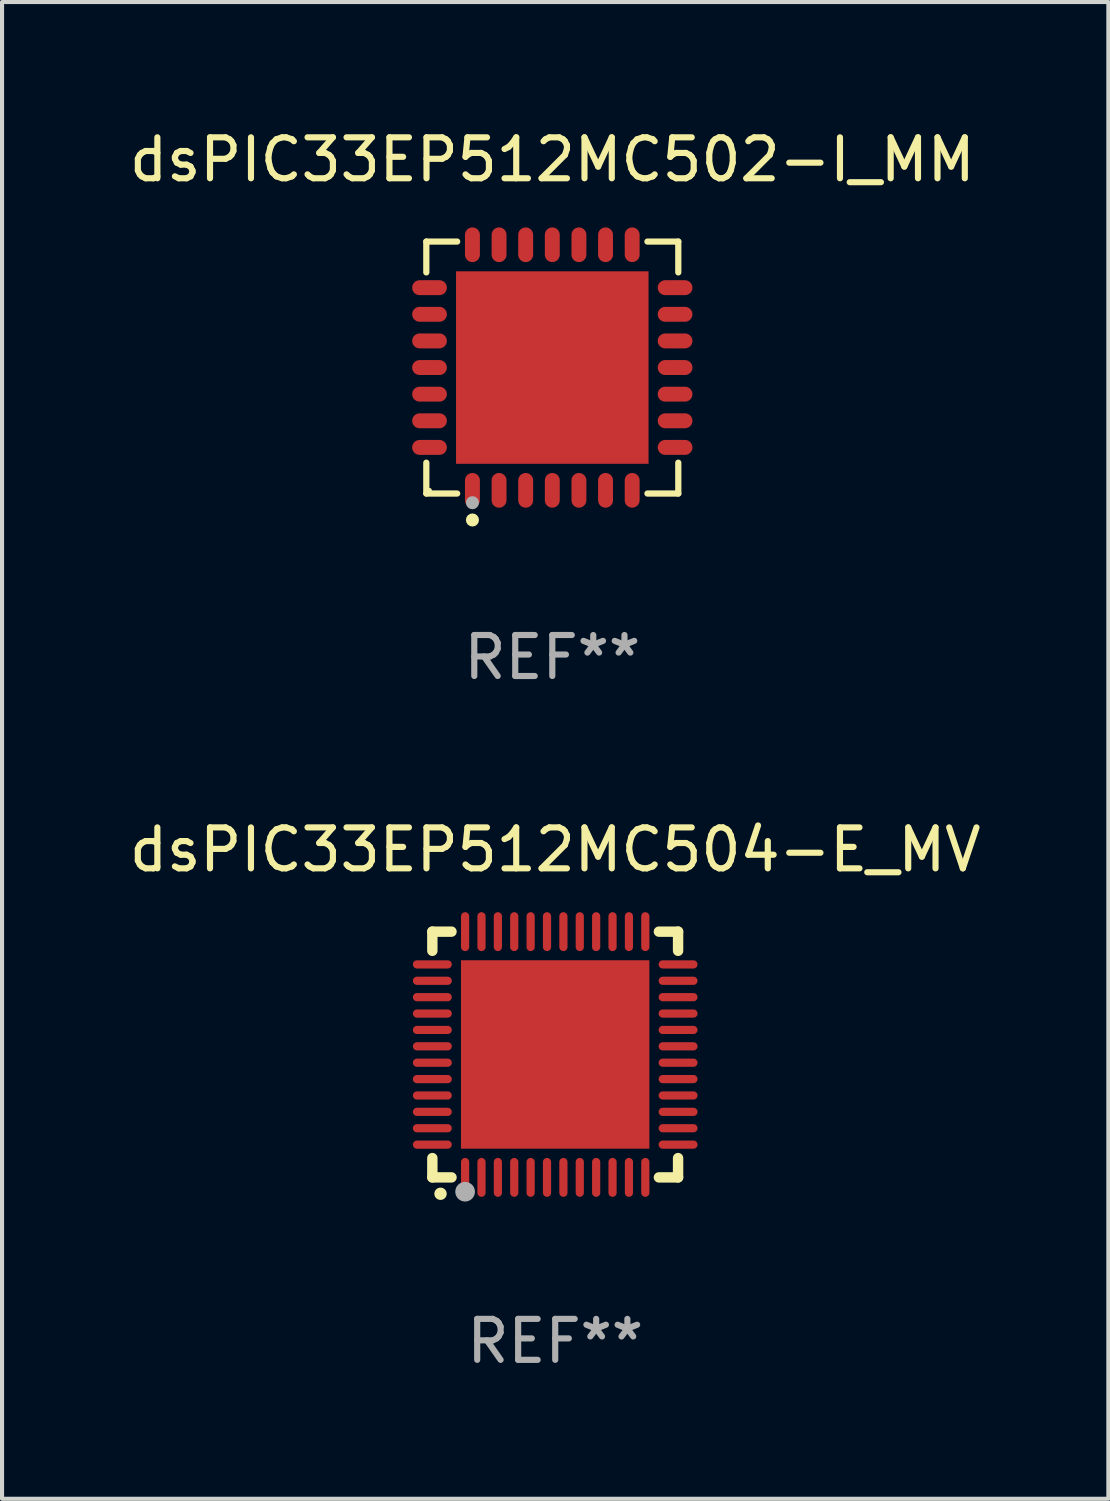
<source format=kicad_pcb>
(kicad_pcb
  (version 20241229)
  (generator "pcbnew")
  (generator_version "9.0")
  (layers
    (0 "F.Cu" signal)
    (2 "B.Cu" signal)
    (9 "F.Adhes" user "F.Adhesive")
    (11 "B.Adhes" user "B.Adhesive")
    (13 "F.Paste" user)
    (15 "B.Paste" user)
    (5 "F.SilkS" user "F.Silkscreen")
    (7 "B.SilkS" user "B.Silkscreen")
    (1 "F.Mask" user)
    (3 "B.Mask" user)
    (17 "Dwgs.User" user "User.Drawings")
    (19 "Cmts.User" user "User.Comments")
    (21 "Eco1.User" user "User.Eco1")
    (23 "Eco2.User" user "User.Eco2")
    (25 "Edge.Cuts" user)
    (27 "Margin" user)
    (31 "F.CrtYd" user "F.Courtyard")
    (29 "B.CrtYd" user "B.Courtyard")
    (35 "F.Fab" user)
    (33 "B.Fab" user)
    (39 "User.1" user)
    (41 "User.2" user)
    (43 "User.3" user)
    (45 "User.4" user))
  (footprint "dsPIC33EP512MC502-I_MM"
    (layer "F.Cu")
    (at 10.435 5.924)
    (property "Reference" "dsPIC33EP512MC502-I_MM" (at 0 -5.076 0) (layer "F.SilkS") (effects (font (size 1 1) (thickness 0.15))))
    (attr through_hole)
    (fp_line (start -3.076 -3.076) (end -2.323 -3.076) (stroke (width 0.152) (type solid)) (layer "F.SilkS"))
    (fp_line (start -3.076 -2.323) (end -3.076 -3.076) (stroke (width 0.152) (type solid)) (layer "F.SilkS"))
    (fp_line (start -3.076 2.323) (end -3.076 3.076) (stroke (width 0.152) (type solid)) (layer "F.SilkS"))
    (fp_line (start -3.076 3.076) (end -2.323 3.076) (stroke (width 0.152) (type solid)) (layer "F.SilkS"))
    (fp_line (start 3.076 -3.076) (end 2.323 -3.076) (stroke (width 0.152) (type solid)) (layer "F.SilkS"))
    (fp_line (start 3.076 -2.323) (end 3.076 -3.076) (stroke (width 0.152) (type solid)) (layer "F.SilkS"))
    (fp_line (start 3.076 2.323) (end 3.076 3.076) (stroke (width 0.152) (type solid)) (layer "F.SilkS"))
    (fp_line (start 3.076 3.076) (end 2.323 3.076) (stroke (width 0.152) (type solid)) (layer "F.SilkS"))
    (fp_circle (center -3 3) (end -2.97 3) (stroke (width 0.06) (type solid)) (fill no) (layer "F.SilkS"))
    (fp_circle (center -1.95 3.722) (end -1.87 3.722) (stroke (width 0.16) (type solid)) (fill no) (layer "F.SilkS"))
    (fp_circle (center -1.95 3.3) (end -1.87 3.3) (stroke (width 0.16) (type solid)) (fill no) (layer "F.Fab"))
    (fp_text user "REF**" (at 0 7.076 0) (layer "F.Fab") (effects (font (size 1 1) (thickness 0.15))))
    (pad "1" smd oval (at -1.95 2.998) (size 0.364 0.847) (layers "F.Cu" "F.Mask" "F.Paste"))
    (pad "2" smd oval (at -1.3 2.998) (size 0.364 0.847) (layers "F.Cu" "F.Mask" "F.Paste"))
    (pad "3" smd oval (at -0.65 2.998) (size 0.364 0.847) (layers "F.Cu" "F.Mask" "F.Paste"))
    (pad "4" smd oval (at 0 2.998) (size 0.364 0.847) (layers "F.Cu" "F.Mask" "F.Paste"))
    (pad "5" smd oval (at 0.65 2.998) (size 0.364 0.847) (layers "F.Cu" "F.Mask" "F.Paste"))
    (pad "6" smd oval (at 1.3 2.998) (size 0.364 0.847) (layers "F.Cu" "F.Mask" "F.Paste"))
    (pad "7" smd oval (at 1.95 2.998) (size 0.364 0.847) (layers "F.Cu" "F.Mask" "F.Paste"))
    (pad "8" smd oval (at 2.998 1.95) (size 0.847 0.364) (layers "F.Cu" "F.Mask" "F.Paste"))
    (pad "9" smd oval (at 2.998 1.3) (size 0.847 0.364) (layers "F.Cu" "F.Mask" "F.Paste"))
    (pad "10" smd oval (at 2.998 0.65) (size 0.847 0.364) (layers "F.Cu" "F.Mask" "F.Paste"))
    (pad "11" smd oval (at 2.998 0) (size 0.847 0.364) (layers "F.Cu" "F.Mask" "F.Paste"))
    (pad "12" smd oval (at 2.998 -0.65) (size 0.847 0.364) (layers "F.Cu" "F.Mask" "F.Paste"))
    (pad "13" smd oval (at 2.998 -1.3) (size 0.847 0.364) (layers "F.Cu" "F.Mask" "F.Paste"))
    (pad "14" smd oval (at 2.998 -1.95) (size 0.847 0.364) (layers "F.Cu" "F.Mask" "F.Paste"))
    (pad "15" smd oval (at 1.95 -2.998) (size 0.364 0.847) (layers "F.Cu" "F.Mask" "F.Paste"))
    (pad "16" smd oval (at 1.3 -2.998) (size 0.364 0.847) (layers "F.Cu" "F.Mask" "F.Paste"))
    (pad "17" smd oval (at 0.65 -2.998) (size 0.364 0.847) (layers "F.Cu" "F.Mask" "F.Paste"))
    (pad "18" smd oval (at 0 -2.998) (size 0.364 0.847) (layers "F.Cu" "F.Mask" "F.Paste"))
    (pad "19" smd oval (at -0.65 -2.998) (size 0.364 0.847) (layers "F.Cu" "F.Mask" "F.Paste"))
    (pad "20" smd oval (at -1.3 -2.998) (size 0.364 0.847) (layers "F.Cu" "F.Mask" "F.Paste"))
    (pad "21" smd oval (at -1.95 -2.998) (size 0.364 0.847) (layers "F.Cu" "F.Mask" "F.Paste"))
    (pad "22" smd oval (at -2.998 -1.95) (size 0.847 0.364) (layers "F.Cu" "F.Mask" "F.Paste"))
    (pad "23" smd oval (at -2.998 -1.3) (size 0.847 0.364) (layers "F.Cu" "F.Mask" "F.Paste"))
    (pad "24" smd oval (at -2.998 -0.65) (size 0.847 0.364) (layers "F.Cu" "F.Mask" "F.Paste"))
    (pad "25" smd oval (at -2.998 0) (size 0.847 0.364) (layers "F.Cu" "F.Mask" "F.Paste"))
    (pad "26" smd oval (at -2.998 0.65) (size 0.847 0.364) (layers "F.Cu" "F.Mask" "F.Paste"))
    (pad "27" smd oval (at -2.998 1.3) (size 0.847 0.364) (layers "F.Cu" "F.Mask" "F.Paste"))
    (pad "28" smd oval (at -2.998 1.95) (size 0.847 0.364) (layers "F.Cu" "F.Mask" "F.Paste"))
    (pad "29" smd rect (at 0 0) (size 4.7 4.7) (layers "F.Cu" "F.Mask" "F.Paste")))
  (footprint "dsPIC33EP512MC504-E_MV"
    (layer "F.Cu")
    (at 10.506 22.697)
    (property "Reference" "dsPIC33EP512MC504-E_MV" (at 0 -5 0) (layer "F.SilkS") (effects (font (size 1 1) (thickness 0.15))))
    (attr through_hole)
    (fp_line (start -3 -3) (end -2.532 -3) (stroke (width 0.254) (type solid)) (layer "F.SilkS"))
    (fp_line (start -3 -2.532) (end -3 -3) (stroke (width 0.254) (type solid)) (layer "F.SilkS"))
    (fp_line (start -3 3) (end -3 2.529) (stroke (width 0.254) (type solid)) (layer "F.SilkS"))
    (fp_line (start -2.532 3) (end -3 3) (stroke (width 0.254) (type solid)) (layer "F.SilkS"))
    (fp_line (start 2.532 -3) (end 3 -3) (stroke (width 0.254) (type solid)) (layer "F.SilkS"))
    (fp_line (start 3 -3) (end 3 -2.532) (stroke (width 0.254) (type solid)) (layer "F.SilkS"))
    (fp_line (start 3 2.529) (end 3 3) (stroke (width 0.254) (type solid)) (layer "F.SilkS"))
    (fp_line (start 3 3) (end 2.532 3) (stroke (width 0.254) (type solid)) (layer "F.SilkS"))
    (fp_arc (start -2.801295 3.400025) (mid -2.800025 3.40002) (end -2.798755 3.400025) (stroke (width 0.3) (type solid)) (layer "F.SilkS"))
    (fp_circle (center -3 3) (end -2.97 3) (stroke (width 0.06) (type solid)) (fill no) (layer "F.SilkS"))
    (fp_circle (center -2.2 3.35) (end -2.08 3.35) (stroke (width 0.24) (type solid)) (fill no) (layer "F.Fab"))
    (fp_text user "REF**" (at 0 7 0) (layer "F.Fab") (effects (font (size 1 1) (thickness 0.15))))
    (pad "1" smd oval (at -2.2 3) (size 0.2 0.95) (layers "F.Cu" "F.Mask" "F.Paste"))
    (pad "2" smd oval (at -1.8 3) (size 0.2 0.95) (layers "F.Cu" "F.Mask" "F.Paste"))
    (pad "3" smd oval (at -1.4 3) (size 0.2 0.95) (layers "F.Cu" "F.Mask" "F.Paste"))
    (pad "4" smd oval (at -1 3) (size 0.2 0.95) (layers "F.Cu" "F.Mask" "F.Paste"))
    (pad "5" smd oval (at -0.6 3) (size 0.2 0.95) (layers "F.Cu" "F.Mask" "F.Paste"))
    (pad "6" smd oval (at -0.2 3) (size 0.2 0.95) (layers "F.Cu" "F.Mask" "F.Paste"))
    (pad "7" smd oval (at 0.2 3) (size 0.2 0.95) (layers "F.Cu" "F.Mask" "F.Paste"))
    (pad "8" smd oval (at 0.6 3) (size 0.2 0.95) (layers "F.Cu" "F.Mask" "F.Paste"))
    (pad "9" smd oval (at 1 3) (size 0.2 0.95) (layers "F.Cu" "F.Mask" "F.Paste"))
    (pad "10" smd oval (at 1.4 3) (size 0.2 0.95) (layers "F.Cu" "F.Mask" "F.Paste"))
    (pad "11" smd oval (at 1.8 3) (size 0.2 0.95) (layers "F.Cu" "F.Mask" "F.Paste"))
    (pad "12" smd oval (at 2.2 3) (size 0.2 0.95) (layers "F.Cu" "F.Mask" "F.Paste"))
    (pad "13" smd oval (at 3 2.2 90) (size 0.2 0.95) (layers "F.Cu" "F.Mask" "F.Paste"))
    (pad "14" smd oval (at 3 1.8 90) (size 0.2 0.95) (layers "F.Cu" "F.Mask" "F.Paste"))
    (pad "15" smd oval (at 3 1.4 90) (size 0.2 0.95) (layers "F.Cu" "F.Mask" "F.Paste"))
    (pad "16" smd oval (at 3 1 90) (size 0.2 0.95) (layers "F.Cu" "F.Mask" "F.Paste"))
    (pad "17" smd oval (at 3 0.6 90) (size 0.2 0.95) (layers "F.Cu" "F.Mask" "F.Paste"))
    (pad "18" smd oval (at 3 0.2 90) (size 0.2 0.95) (layers "F.Cu" "F.Mask" "F.Paste"))
    (pad "19" smd oval (at 3 -0.2 90) (size 0.2 0.95) (layers "F.Cu" "F.Mask" "F.Paste"))
    (pad "20" smd oval (at 3 -0.6 90) (size 0.2 0.95) (layers "F.Cu" "F.Mask" "F.Paste"))
    (pad "21" smd oval (at 3 -1 90) (size 0.2 0.95) (layers "F.Cu" "F.Mask" "F.Paste"))
    (pad "22" smd oval (at 3 -1.4 90) (size 0.2 0.95) (layers "F.Cu" "F.Mask" "F.Paste"))
    (pad "23" smd oval (at 3 -1.8 90) (size 0.2 0.95) (layers "F.Cu" "F.Mask" "F.Paste"))
    (pad "24" smd oval (at 3 -2.2 90) (size 0.2 0.95) (layers "F.Cu" "F.Mask" "F.Paste"))
    (pad "25" smd oval (at 2.2 -3 180) (size 0.2 0.95) (layers "F.Cu" "F.Mask" "F.Paste"))
    (pad "26" smd oval (at 1.8 -3 180) (size 0.2 0.95) (layers "F.Cu" "F.Mask" "F.Paste"))
    (pad "27" smd oval (at 1.4 -3 180) (size 0.2 0.95) (layers "F.Cu" "F.Mask" "F.Paste"))
    (pad "28" smd oval (at 1 -3 180) (size 0.2 0.95) (layers "F.Cu" "F.Mask" "F.Paste"))
    (pad "29" smd oval (at 0.6 -3 180) (size 0.2 0.95) (layers "F.Cu" "F.Mask" "F.Paste"))
    (pad "30" smd oval (at 0.2 -3 180) (size 0.2 0.95) (layers "F.Cu" "F.Mask" "F.Paste"))
    (pad "31" smd oval (at -0.2 -3 180) (size 0.2 0.95) (layers "F.Cu" "F.Mask" "F.Paste"))
    (pad "32" smd oval (at -0.6 -3 180) (size 0.2 0.95) (layers "F.Cu" "F.Mask" "F.Paste"))
    (pad "33" smd oval (at -1 -3 180) (size 0.2 0.95) (layers "F.Cu" "F.Mask" "F.Paste"))
    (pad "34" smd oval (at -1.4 -3 180) (size 0.2 0.95) (layers "F.Cu" "F.Mask" "F.Paste"))
    (pad "35" smd oval (at -1.8 -3 180) (size 0.2 0.95) (layers "F.Cu" "F.Mask" "F.Paste"))
    (pad "36" smd oval (at -2.2 -3 180) (size 0.2 0.95) (layers "F.Cu" "F.Mask" "F.Paste"))
    (pad "37" smd oval (at -3 -2.2 270) (size 0.2 0.95) (layers "F.Cu" "F.Mask" "F.Paste"))
    (pad "38" smd oval (at -3 -1.8 270) (size 0.2 0.95) (layers "F.Cu" "F.Mask" "F.Paste"))
    (pad "39" smd oval (at -3 -1.4 270) (size 0.2 0.95) (layers "F.Cu" "F.Mask" "F.Paste"))
    (pad "40" smd oval (at -3 -1 270) (size 0.2 0.95) (layers "F.Cu" "F.Mask" "F.Paste"))
    (pad "41" smd oval (at -3 -0.6 270) (size 0.2 0.95) (layers "F.Cu" "F.Mask" "F.Paste"))
    (pad "42" smd oval (at -3 -0.2 270) (size 0.2 0.95) (layers "F.Cu" "F.Mask" "F.Paste"))
    (pad "43" smd oval (at -3 0.2 270) (size 0.2 0.95) (layers "F.Cu" "F.Mask" "F.Paste"))
    (pad "44" smd oval (at -3 0.6 270) (size 0.2 0.95) (layers "F.Cu" "F.Mask" "F.Paste"))
    (pad "45" smd oval (at -3 1 270) (size 0.2 0.95) (layers "F.Cu" "F.Mask" "F.Paste"))
    (pad "46" smd oval (at -3 1.4 270) (size 0.2 0.95) (layers "F.Cu" "F.Mask" "F.Paste"))
    (pad "47" smd oval (at -3 1.8 270) (size 0.2 0.95) (layers "F.Cu" "F.Mask" "F.Paste"))
    (pad "48" smd oval (at -3 2.2 270) (size 0.2 0.95) (layers "F.Cu" "F.Mask" "F.Paste"))
    (pad "49" smd rect (at -0.001 -0.001 180) (size 4.6 4.6) (layers "F.Cu" "F.Mask" "F.Paste")))
  (gr_rect
    (start -3 -3)
    (end 24.012 33.545)
    (stroke (width 0.1) (type default))
    (fill no)
    (layer "Edge.Cuts")))
</source>
